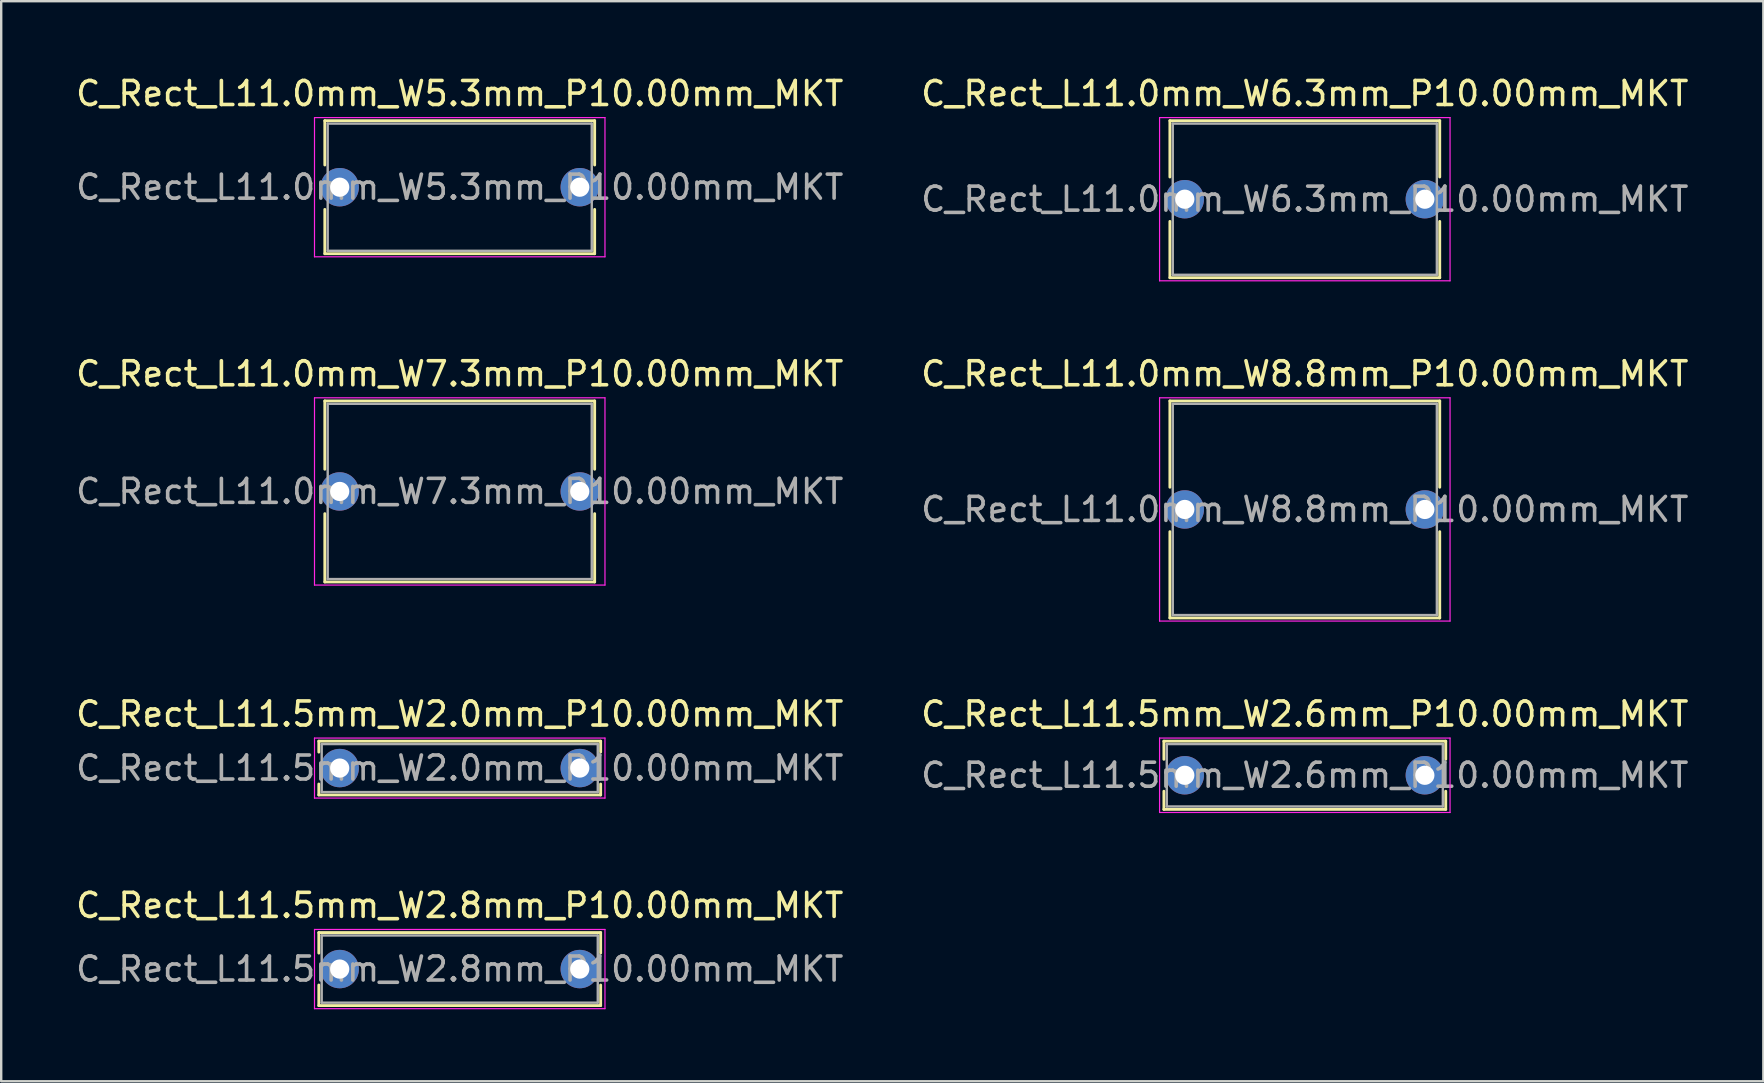
<source format=kicad_pcb>
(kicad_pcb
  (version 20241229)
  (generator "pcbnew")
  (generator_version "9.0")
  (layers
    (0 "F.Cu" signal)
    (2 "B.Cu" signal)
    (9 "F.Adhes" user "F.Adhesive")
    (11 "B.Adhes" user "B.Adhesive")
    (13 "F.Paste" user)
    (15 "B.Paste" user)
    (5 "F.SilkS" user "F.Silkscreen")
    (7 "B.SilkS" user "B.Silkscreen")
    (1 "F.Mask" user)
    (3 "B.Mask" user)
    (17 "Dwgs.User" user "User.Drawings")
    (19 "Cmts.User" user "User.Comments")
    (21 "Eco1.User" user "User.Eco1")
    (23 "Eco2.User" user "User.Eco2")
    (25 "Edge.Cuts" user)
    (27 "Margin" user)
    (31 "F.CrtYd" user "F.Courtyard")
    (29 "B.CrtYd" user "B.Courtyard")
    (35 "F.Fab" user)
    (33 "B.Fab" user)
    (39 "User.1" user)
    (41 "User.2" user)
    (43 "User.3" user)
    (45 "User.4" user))
  (footprint "C_Rect_L11.0mm_W6.3mm_P10.00mm_MKT"
    (layer "F.Cu")
    (at 46.304 5.248)
    (property "Reference" "C_Rect_L11.0mm_W6.3mm_P10.00mm_MKT" (at 5 -4.4 0) (layer "F.SilkS") (effects (font (size 1 1) (thickness 0.15))))
    (attr through_hole)
    (fp_line (start -0.62 -3.27) (end -0.62 -0.925) (stroke (width 0.12) (type solid)) (layer "F.SilkS"))
    (fp_line (start -0.62 -3.27) (end 10.62 -3.27) (stroke (width 0.12) (type solid)) (layer "F.SilkS"))
    (fp_line (start -0.62 0.925) (end -0.62 3.27) (stroke (width 0.12) (type solid)) (layer "F.SilkS"))
    (fp_line (start -0.62 3.27) (end 10.62 3.27) (stroke (width 0.12) (type solid)) (layer "F.SilkS"))
    (fp_line (start 10.62 -3.27) (end 10.62 -0.925) (stroke (width 0.12) (type solid)) (layer "F.SilkS"))
    (fp_line (start 10.62 0.925) (end 10.62 3.27) (stroke (width 0.12) (type solid)) (layer "F.SilkS"))
    (fp_line (start -1.05 -3.4) (end -1.05 3.4) (stroke (width 0.05) (type solid)) (layer "F.CrtYd"))
    (fp_line (start -1.05 3.4) (end 11.05 3.4) (stroke (width 0.05) (type solid)) (layer "F.CrtYd"))
    (fp_line (start 11.05 -3.4) (end -1.05 -3.4) (stroke (width 0.05) (type solid)) (layer "F.CrtYd"))
    (fp_line (start 11.05 3.4) (end 11.05 -3.4) (stroke (width 0.05) (type solid)) (layer "F.CrtYd"))
    (fp_line (start -0.5 -3.15) (end -0.5 3.15) (stroke (width 0.1) (type solid)) (layer "F.Fab"))
    (fp_line (start -0.5 3.15) (end 10.5 3.15) (stroke (width 0.1) (type solid)) (layer "F.Fab"))
    (fp_line (start 10.5 -3.15) (end -0.5 -3.15) (stroke (width 0.1) (type solid)) (layer "F.Fab"))
    (fp_line (start 10.5 3.15) (end 10.5 -3.15) (stroke (width 0.1) (type solid)) (layer "F.Fab"))
    (fp_text user "${REFERENCE}" (at 5 0 0) (layer "F.Fab") (effects (font (size 1 1) (thickness 0.15))))
    (pad "1" thru_hole circle (at 0 0) (size 1.6 1.6) (drill 0.8) (layers "*.Cu" "*.Mask"))
    (pad "2" thru_hole circle (at 10 0) (size 1.6 1.6) (drill 0.8) (layers "*.Cu" "*.Mask")))
  (footprint "C_Rect_L11.5mm_W2.6mm_P10.00mm_MKT"
    (layer "F.Cu")
    (at 46.304 29.245)
    (property "Reference" "C_Rect_L11.5mm_W2.6mm_P10.00mm_MKT" (at 5 -2.55 0) (layer "F.SilkS") (effects (font (size 1 1) (thickness 0.15))))
    (attr through_hole)
    (fp_line (start -0.87 -1.42) (end -0.87 -0.665) (stroke (width 0.12) (type solid)) (layer "F.SilkS"))
    (fp_line (start -0.87 -1.42) (end 10.87 -1.42) (stroke (width 0.12) (type solid)) (layer "F.SilkS"))
    (fp_line (start -0.87 0.665) (end -0.87 1.42) (stroke (width 0.12) (type solid)) (layer "F.SilkS"))
    (fp_line (start -0.87 1.42) (end 10.87 1.42) (stroke (width 0.12) (type solid)) (layer "F.SilkS"))
    (fp_line (start 10.87 -1.42) (end 10.87 -0.665) (stroke (width 0.12) (type solid)) (layer "F.SilkS"))
    (fp_line (start 10.87 0.665) (end 10.87 1.42) (stroke (width 0.12) (type solid)) (layer "F.SilkS"))
    (fp_line (start -1.05 -1.55) (end -1.05 1.55) (stroke (width 0.05) (type solid)) (layer "F.CrtYd"))
    (fp_line (start -1.05 1.55) (end 11.05 1.55) (stroke (width 0.05) (type solid)) (layer "F.CrtYd"))
    (fp_line (start 11.05 -1.55) (end -1.05 -1.55) (stroke (width 0.05) (type solid)) (layer "F.CrtYd"))
    (fp_line (start 11.05 1.55) (end 11.05 -1.55) (stroke (width 0.05) (type solid)) (layer "F.CrtYd"))
    (fp_line (start -0.75 -1.3) (end -0.75 1.3) (stroke (width 0.1) (type solid)) (layer "F.Fab"))
    (fp_line (start -0.75 1.3) (end 10.75 1.3) (stroke (width 0.1) (type solid)) (layer "F.Fab"))
    (fp_line (start 10.75 -1.3) (end -0.75 -1.3) (stroke (width 0.1) (type solid)) (layer "F.Fab"))
    (fp_line (start 10.75 1.3) (end 10.75 -1.3) (stroke (width 0.1) (type solid)) (layer "F.Fab"))
    (fp_text user "${REFERENCE}" (at 5 0 0) (layer "F.Fab") (effects (font (size 1 1) (thickness 0.15))))
    (pad "1" thru_hole circle (at 0 0) (size 1.6 1.6) (drill 0.8) (layers "*.Cu" "*.Mask"))
    (pad "2" thru_hole circle (at 10 0) (size 1.6 1.6) (drill 0.8) (layers "*.Cu" "*.Mask")))
  (footprint "C_Rect_L11.0mm_W5.3mm_P10.00mm_MKT"
    (layer "F.Cu")
    (at 11.101 4.748)
    (property "Reference" "C_Rect_L11.0mm_W5.3mm_P10.00mm_MKT" (at 5 -3.9 0) (layer "F.SilkS") (effects (font (size 1 1) (thickness 0.15))))
    (attr through_hole)
    (fp_line (start -0.62 -2.77) (end -0.62 -0.925) (stroke (width 0.12) (type solid)) (layer "F.SilkS"))
    (fp_line (start -0.62 -2.77) (end 10.62 -2.77) (stroke (width 0.12) (type solid)) (layer "F.SilkS"))
    (fp_line (start -0.62 0.925) (end -0.62 2.77) (stroke (width 0.12) (type solid)) (layer "F.SilkS"))
    (fp_line (start -0.62 2.77) (end 10.62 2.77) (stroke (width 0.12) (type solid)) (layer "F.SilkS"))
    (fp_line (start 10.62 -2.77) (end 10.62 -0.925) (stroke (width 0.12) (type solid)) (layer "F.SilkS"))
    (fp_line (start 10.62 0.925) (end 10.62 2.77) (stroke (width 0.12) (type solid)) (layer "F.SilkS"))
    (fp_line (start -1.05 -2.9) (end -1.05 2.9) (stroke (width 0.05) (type solid)) (layer "F.CrtYd"))
    (fp_line (start -1.05 2.9) (end 11.05 2.9) (stroke (width 0.05) (type solid)) (layer "F.CrtYd"))
    (fp_line (start 11.05 -2.9) (end -1.05 -2.9) (stroke (width 0.05) (type solid)) (layer "F.CrtYd"))
    (fp_line (start 11.05 2.9) (end 11.05 -2.9) (stroke (width 0.05) (type solid)) (layer "F.CrtYd"))
    (fp_line (start -0.5 -2.65) (end -0.5 2.65) (stroke (width 0.1) (type solid)) (layer "F.Fab"))
    (fp_line (start -0.5 2.65) (end 10.5 2.65) (stroke (width 0.1) (type solid)) (layer "F.Fab"))
    (fp_line (start 10.5 -2.65) (end -0.5 -2.65) (stroke (width 0.1) (type solid)) (layer "F.Fab"))
    (fp_line (start 10.5 2.65) (end 10.5 -2.65) (stroke (width 0.1) (type solid)) (layer "F.Fab"))
    (fp_text user "${REFERENCE}" (at 5 0 0) (layer "F.Fab") (effects (font (size 1 1) (thickness 0.15))))
    (pad "1" thru_hole circle (at 0 0) (size 1.6 1.6) (drill 0.8) (layers "*.Cu" "*.Mask"))
    (pad "2" thru_hole circle (at 10 0) (size 1.6 1.6) (drill 0.8) (layers "*.Cu" "*.Mask")))
  (footprint "C_Rect_L11.5mm_W2.0mm_P10.00mm_MKT"
    (layer "F.Cu")
    (at 11.101 28.945)
    (property "Reference" "C_Rect_L11.5mm_W2.0mm_P10.00mm_MKT" (at 5 -2.25 0) (layer "F.SilkS") (effects (font (size 1 1) (thickness 0.15))))
    (attr through_hole)
    (fp_line (start -0.87 -1.12) (end -0.87 -0.665) (stroke (width 0.12) (type solid)) (layer "F.SilkS"))
    (fp_line (start -0.87 -1.12) (end 10.87 -1.12) (stroke (width 0.12) (type solid)) (layer "F.SilkS"))
    (fp_line (start -0.87 0.665) (end -0.87 1.12) (stroke (width 0.12) (type solid)) (layer "F.SilkS"))
    (fp_line (start -0.87 1.12) (end 10.87 1.12) (stroke (width 0.12) (type solid)) (layer "F.SilkS"))
    (fp_line (start 10.87 -1.12) (end 10.87 -0.665) (stroke (width 0.12) (type solid)) (layer "F.SilkS"))
    (fp_line (start 10.87 0.665) (end 10.87 1.12) (stroke (width 0.12) (type solid)) (layer "F.SilkS"))
    (fp_line (start -1.05 -1.25) (end -1.05 1.25) (stroke (width 0.05) (type solid)) (layer "F.CrtYd"))
    (fp_line (start -1.05 1.25) (end 11.05 1.25) (stroke (width 0.05) (type solid)) (layer "F.CrtYd"))
    (fp_line (start 11.05 -1.25) (end -1.05 -1.25) (stroke (width 0.05) (type solid)) (layer "F.CrtYd"))
    (fp_line (start 11.05 1.25) (end 11.05 -1.25) (stroke (width 0.05) (type solid)) (layer "F.CrtYd"))
    (fp_line (start -0.75 -1) (end -0.75 1) (stroke (width 0.1) (type solid)) (layer "F.Fab"))
    (fp_line (start -0.75 1) (end 10.75 1) (stroke (width 0.1) (type solid)) (layer "F.Fab"))
    (fp_line (start 10.75 -1) (end -0.75 -1) (stroke (width 0.1) (type solid)) (layer "F.Fab"))
    (fp_line (start 10.75 1) (end 10.75 -1) (stroke (width 0.1) (type solid)) (layer "F.Fab"))
    (fp_text user "${REFERENCE}" (at 5 0 0) (layer "F.Fab") (effects (font (size 1 1) (thickness 0.15))))
    (pad "1" thru_hole circle (at 0 0) (size 1.6 1.6) (drill 0.8) (layers "*.Cu" "*.Mask"))
    (pad "2" thru_hole circle (at 10 0) (size 1.6 1.6) (drill 0.8) (layers "*.Cu" "*.Mask")))
  (footprint "C_Rect_L11.0mm_W7.3mm_P10.00mm_MKT"
    (layer "F.Cu")
    (at 11.101 17.422)
    (property "Reference" "C_Rect_L11.0mm_W7.3mm_P10.00mm_MKT" (at 5 -4.9 0) (layer "F.SilkS") (effects (font (size 1 1) (thickness 0.15))))
    (attr through_hole)
    (fp_line (start -0.62 -3.77) (end -0.62 -0.925) (stroke (width 0.12) (type solid)) (layer "F.SilkS"))
    (fp_line (start -0.62 -3.77) (end 10.62 -3.77) (stroke (width 0.12) (type solid)) (layer "F.SilkS"))
    (fp_line (start -0.62 0.925) (end -0.62 3.77) (stroke (width 0.12) (type solid)) (layer "F.SilkS"))
    (fp_line (start -0.62 3.77) (end 10.62 3.77) (stroke (width 0.12) (type solid)) (layer "F.SilkS"))
    (fp_line (start 10.62 -3.77) (end 10.62 -0.925) (stroke (width 0.12) (type solid)) (layer "F.SilkS"))
    (fp_line (start 10.62 0.925) (end 10.62 3.77) (stroke (width 0.12) (type solid)) (layer "F.SilkS"))
    (fp_line (start -1.05 -3.9) (end -1.05 3.9) (stroke (width 0.05) (type solid)) (layer "F.CrtYd"))
    (fp_line (start -1.05 3.9) (end 11.05 3.9) (stroke (width 0.05) (type solid)) (layer "F.CrtYd"))
    (fp_line (start 11.05 -3.9) (end -1.05 -3.9) (stroke (width 0.05) (type solid)) (layer "F.CrtYd"))
    (fp_line (start 11.05 3.9) (end 11.05 -3.9) (stroke (width 0.05) (type solid)) (layer "F.CrtYd"))
    (fp_line (start -0.5 -3.65) (end -0.5 3.65) (stroke (width 0.1) (type solid)) (layer "F.Fab"))
    (fp_line (start -0.5 3.65) (end 10.5 3.65) (stroke (width 0.1) (type solid)) (layer "F.Fab"))
    (fp_line (start 10.5 -3.65) (end -0.5 -3.65) (stroke (width 0.1) (type solid)) (layer "F.Fab"))
    (fp_line (start 10.5 3.65) (end 10.5 -3.65) (stroke (width 0.1) (type solid)) (layer "F.Fab"))
    (fp_text user "${REFERENCE}" (at 5 0 0) (layer "F.Fab") (effects (font (size 1 1) (thickness 0.15))))
    (pad "1" thru_hole circle (at 0 0) (size 1.6 1.6) (drill 0.8) (layers "*.Cu" "*.Mask"))
    (pad "2" thru_hole circle (at 10 0) (size 1.6 1.6) (drill 0.8) (layers "*.Cu" "*.Mask")))
  (footprint "C_Rect_L11.0mm_W8.8mm_P10.00mm_MKT"
    (layer "F.Cu")
    (at 46.304 18.172)
    (property "Reference" "C_Rect_L11.0mm_W8.8mm_P10.00mm_MKT" (at 5 -5.65 0) (layer "F.SilkS") (effects (font (size 1 1) (thickness 0.15))))
    (attr through_hole)
    (fp_line (start -0.62 -4.52) (end -0.62 -0.925) (stroke (width 0.12) (type solid)) (layer "F.SilkS"))
    (fp_line (start -0.62 -4.52) (end 10.62 -4.52) (stroke (width 0.12) (type solid)) (layer "F.SilkS"))
    (fp_line (start -0.62 0.925) (end -0.62 4.52) (stroke (width 0.12) (type solid)) (layer "F.SilkS"))
    (fp_line (start -0.62 4.52) (end 10.62 4.52) (stroke (width 0.12) (type solid)) (layer "F.SilkS"))
    (fp_line (start 10.62 -4.52) (end 10.62 -0.925) (stroke (width 0.12) (type solid)) (layer "F.SilkS"))
    (fp_line (start 10.62 0.925) (end 10.62 4.52) (stroke (width 0.12) (type solid)) (layer "F.SilkS"))
    (fp_line (start -1.05 -4.65) (end -1.05 4.65) (stroke (width 0.05) (type solid)) (layer "F.CrtYd"))
    (fp_line (start -1.05 4.65) (end 11.05 4.65) (stroke (width 0.05) (type solid)) (layer "F.CrtYd"))
    (fp_line (start 11.05 -4.65) (end -1.05 -4.65) (stroke (width 0.05) (type solid)) (layer "F.CrtYd"))
    (fp_line (start 11.05 4.65) (end 11.05 -4.65) (stroke (width 0.05) (type solid)) (layer "F.CrtYd"))
    (fp_line (start -0.5 -4.4) (end -0.5 4.4) (stroke (width 0.1) (type solid)) (layer "F.Fab"))
    (fp_line (start -0.5 4.4) (end 10.5 4.4) (stroke (width 0.1) (type solid)) (layer "F.Fab"))
    (fp_line (start 10.5 -4.4) (end -0.5 -4.4) (stroke (width 0.1) (type solid)) (layer "F.Fab"))
    (fp_line (start 10.5 4.4) (end 10.5 -4.4) (stroke (width 0.1) (type solid)) (layer "F.Fab"))
    (fp_text user "${REFERENCE}" (at 5 0 0) (layer "F.Fab") (effects (font (size 1 1) (thickness 0.15))))
    (pad "1" thru_hole circle (at 0 0) (size 1.6 1.6) (drill 0.8) (layers "*.Cu" "*.Mask"))
    (pad "2" thru_hole circle (at 10 0) (size 1.6 1.6) (drill 0.8) (layers "*.Cu" "*.Mask")))
  (footprint "C_Rect_L11.5mm_W2.8mm_P10.00mm_MKT"
    (layer "F.Cu")
    (at 11.101 37.318)
    (property "Reference" "C_Rect_L11.5mm_W2.8mm_P10.00mm_MKT" (at 5 -2.65 0) (layer "F.SilkS") (effects (font (size 1 1) (thickness 0.15))))
    (attr through_hole)
    (fp_line (start -0.87 -1.52) (end -0.87 -0.665) (stroke (width 0.12) (type solid)) (layer "F.SilkS"))
    (fp_line (start -0.87 -1.52) (end 10.87 -1.52) (stroke (width 0.12) (type solid)) (layer "F.SilkS"))
    (fp_line (start -0.87 0.665) (end -0.87 1.52) (stroke (width 0.12) (type solid)) (layer "F.SilkS"))
    (fp_line (start -0.87 1.52) (end 10.87 1.52) (stroke (width 0.12) (type solid)) (layer "F.SilkS"))
    (fp_line (start 10.87 -1.52) (end 10.87 -0.665) (stroke (width 0.12) (type solid)) (layer "F.SilkS"))
    (fp_line (start 10.87 0.665) (end 10.87 1.52) (stroke (width 0.12) (type solid)) (layer "F.SilkS"))
    (fp_line (start -1.05 -1.65) (end -1.05 1.65) (stroke (width 0.05) (type solid)) (layer "F.CrtYd"))
    (fp_line (start -1.05 1.65) (end 11.05 1.65) (stroke (width 0.05) (type solid)) (layer "F.CrtYd"))
    (fp_line (start 11.05 -1.65) (end -1.05 -1.65) (stroke (width 0.05) (type solid)) (layer "F.CrtYd"))
    (fp_line (start 11.05 1.65) (end 11.05 -1.65) (stroke (width 0.05) (type solid)) (layer "F.CrtYd"))
    (fp_line (start -0.75 -1.4) (end -0.75 1.4) (stroke (width 0.1) (type solid)) (layer "F.Fab"))
    (fp_line (start -0.75 1.4) (end 10.75 1.4) (stroke (width 0.1) (type solid)) (layer "F.Fab"))
    (fp_line (start 10.75 -1.4) (end -0.75 -1.4) (stroke (width 0.1) (type solid)) (layer "F.Fab"))
    (fp_line (start 10.75 1.4) (end 10.75 -1.4) (stroke (width 0.1) (type solid)) (layer "F.Fab"))
    (fp_text user "${REFERENCE}" (at 5 0 0) (layer "F.Fab") (effects (font (size 1 1) (thickness 0.15))))
    (pad "1" thru_hole circle (at 0 0) (size 1.6 1.6) (drill 0.8) (layers "*.Cu" "*.Mask"))
    (pad "2" thru_hole circle (at 10 0) (size 1.6 1.6) (drill 0.8) (layers "*.Cu" "*.Mask")))
  (gr_rect
    (start -3 -3)
    (end 70.405 41.993)
    (stroke (width 0.1) (type default))
    (fill no)
    (layer "Edge.Cuts")))
</source>
